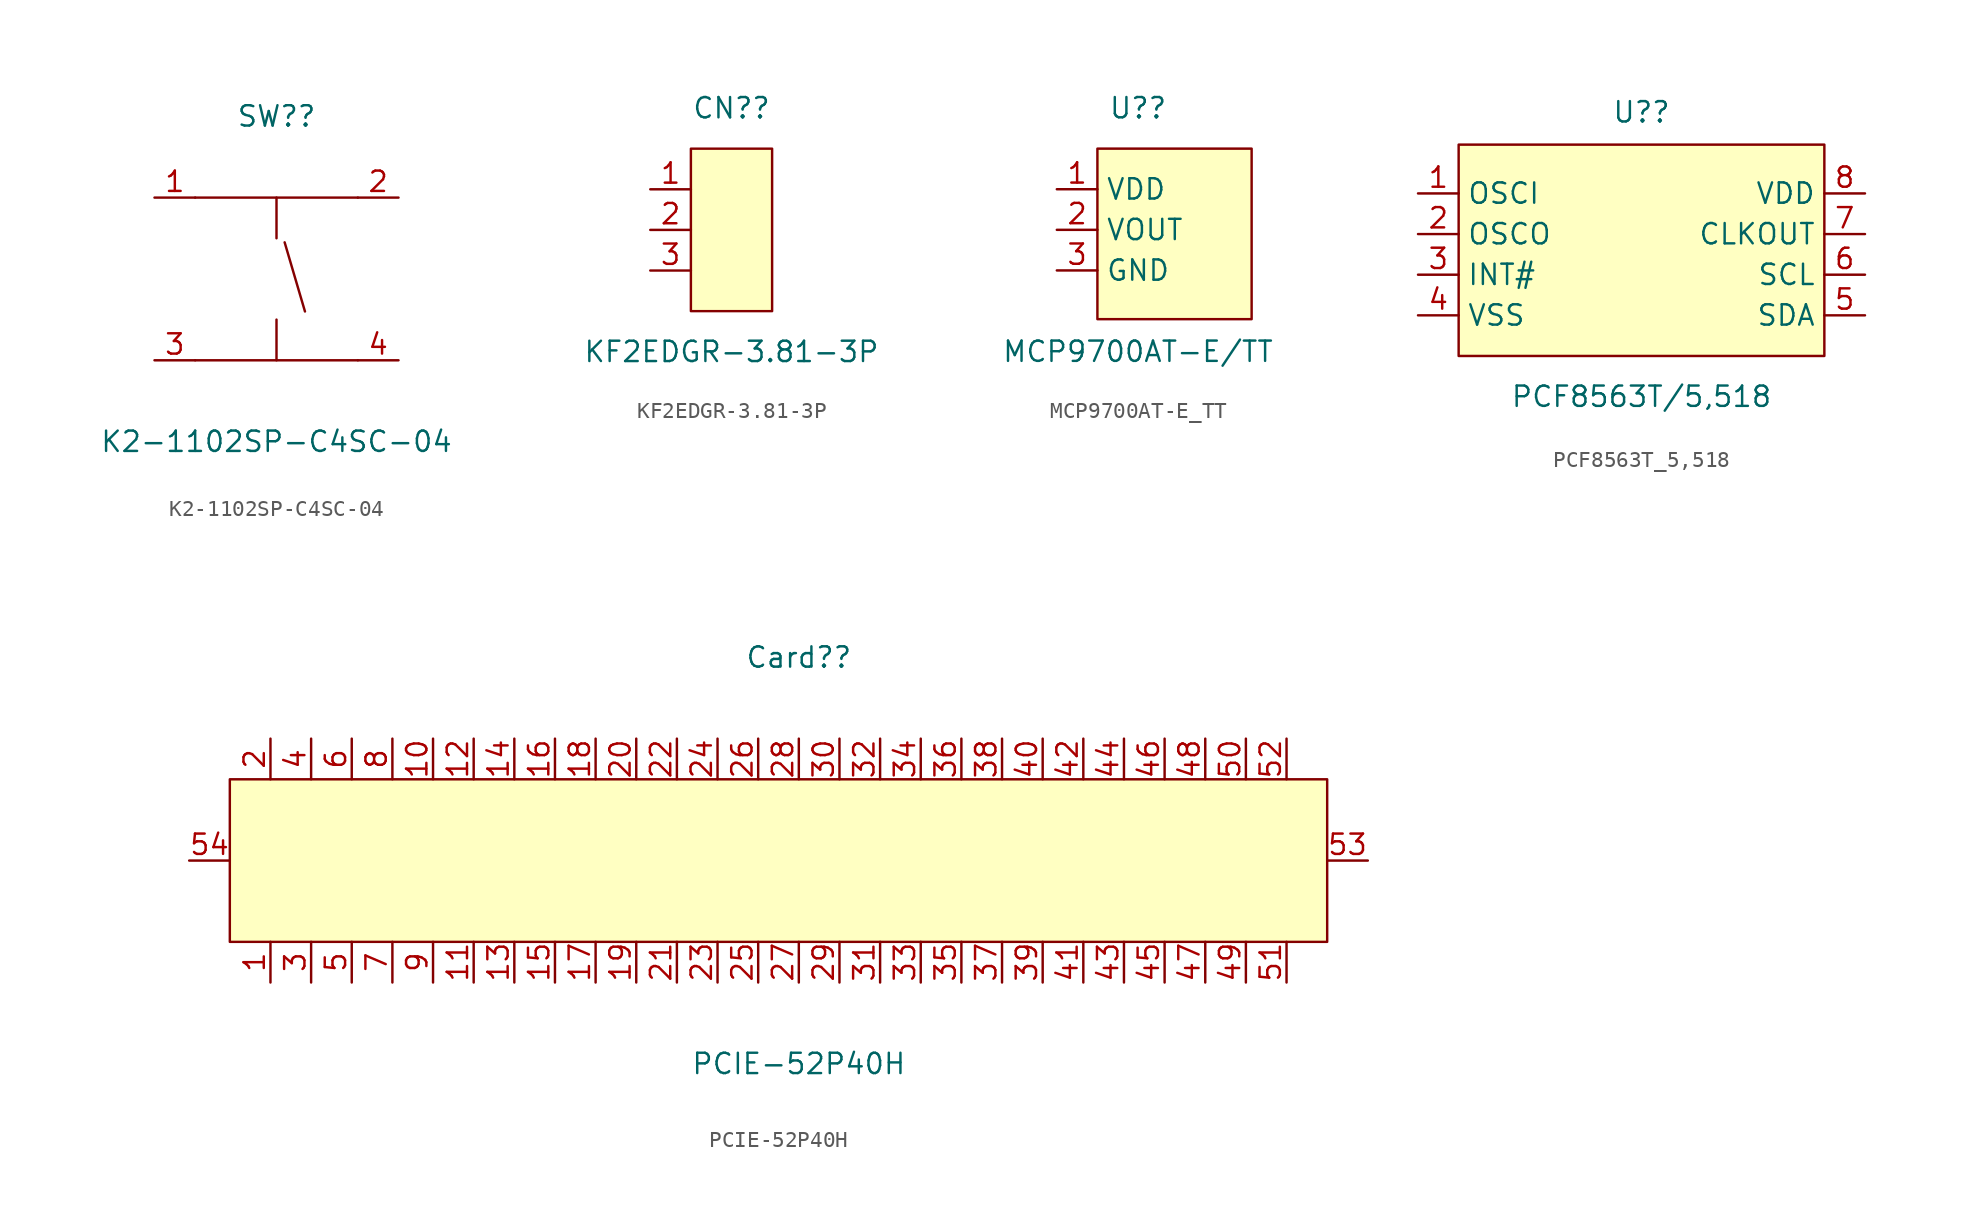
<source format=kicad_sym>
(kicad_symbol_lib
  (version 20211014)
  (generator kicad_symbol_editor)
  (symbol "K2-1102SP-C4SC-04"
    (pin_names hide)
    (property "Reference" "SW?"
      (at 0 10.16 0)
      (effects (font (size 1.27 1.27))))
    (property "Value" "K2-1102SP-C4SC-04"
      (at 0 -10.16 0)
      (effects (font (size 1.27 1.27))))
    (symbol "K2-1102SP-C4SC-04_0_1"
      (polyline (pts (xy -5.08 -5.08) (xy 5.08 -5.08)) (stroke (width 0) (type default) (color 0 0 0 0)) (fill (type none)))
      (polyline (pts (xy -5.08 5.08) (xy 5.08 5.08)) (stroke (width 0) (type default) (color 0 0 0 0)) (fill (type none)))
      (polyline (pts (xy 0 -5.08) (xy 0 -2.54)) (stroke (width 0) (type default) (color 0 0 0 0)) (fill (type none)))
      (polyline (pts (xy 0 5.08) (xy 0 2.54)) (stroke (width 0) (type default) (color 0 0 0 0)) (fill (type none)))
      (polyline (pts (xy 0.508 2.286) (xy 1.778 -2.032)) (stroke (width 0) (type default) (color 0 0 0 0)) (fill (type none)))
      (pin passive line (at -7.62 5.08 0) (length 2.54) (name "1" (effects (font (size 1.27 1.27)))) (number "1" (effects (font (size 1.27 1.27)))))
      (pin passive line (at 7.62 5.08 180) (length 2.54) (name "2" (effects (font (size 1.27 1.27)))) (number "2" (effects (font (size 1.27 1.27)))))
      (pin passive line (at -7.62 -5.08 0) (length 2.54) (name "3" (effects (font (size 1.27 1.27)))) (number "3" (effects (font (size 1.27 1.27)))))
      (pin passive line (at 7.62 -5.08 180) (length 2.54) (name "4" (effects (font (size 1.27 1.27)))) (number "4" (effects (font (size 1.27 1.27)))))))
  (symbol "KF2EDGR-3.81-3P"
    (pin_names hide)
    (property "Reference" "CN?"
      (at 0 7.62 0)
      (effects (font (size 1.27 1.27))))
    (property "Value" "KF2EDGR-3.81-3P"
      (at 0 -7.62 0)
      (effects (font (size 1.27 1.27))))
    (symbol "KF2EDGR-3.81-3P_0_1"
      (rectangle (start -2.54 5.08) (end 2.54 -5.08) (stroke (width 0) (type default) (color 0 0 0 0)) (fill (type background)))
      (pin passive line (at -5.08 2.54 0) (length 2.54) (name "1" (effects (font (size 1.27 1.27)))) (number "1" (effects (font (size 1.27 1.27)))))
      (pin passive line (at -5.08 0 0) (length 2.54) (name "2" (effects (font (size 1.27 1.27)))) (number "2" (effects (font (size 1.27 1.27)))))
      (pin passive line (at -5.08 -2.54 0) (length 2.54) (name "3" (effects (font (size 1.27 1.27)))) (number "3" (effects (font (size 1.27 1.27)))))))
  (symbol "MCP9700AT-E_TT"
    (property "Reference" "U?"
      (at 0 7.62 0)
      (effects (font (size 1.27 1.27))))
    (property "Value" "MCP9700AT-E/TT"
      (at 0 -7.62 0)
      (effects (font (size 1.27 1.27))))
    (symbol "MCP9700AT-E_TT_0_1"
      (rectangle (start -2.54 5.08) (end 7.11 -5.59) (stroke (width 0) (type default) (color 0 0 0 0)) (fill (type background)))
      (pin passive line (at -5.08 2.54 0) (length 2.54) (name "VDD" (effects (font (size 1.27 1.27)))) (number "1" (effects (font (size 1.27 1.27)))))
      (pin passive line (at -5.08 0 0) (length 2.54) (name "VOUT" (effects (font (size 1.27 1.27)))) (number "2" (effects (font (size 1.27 1.27)))))
      (pin passive line (at -5.08 -2.54 0) (length 2.54) (name "GND" (effects (font (size 1.27 1.27)))) (number "3" (effects (font (size 1.27 1.27)))))))
  (symbol "PCF8563T_5,518"
    (property "Reference" "U?"
      (at 0 8.89 0)
      (effects (font (size 1.27 1.27))))
    (property "Value" "PCF8563T/5,518"
      (at 0 -8.89 0)
      (effects (font (size 1.27 1.27))))
    (symbol "PCF8563T_5,518_0_1"
      (rectangle (start -11.43 6.86) (end 11.43 -6.35) (stroke (width 0) (type default) (color 0 0 0 0)) (fill (type background)))
      (pin passive line (at -13.97 3.81 0) (length 2.54) (name "OSCI" (effects (font (size 1.27 1.27)))) (number "1" (effects (font (size 1.27 1.27)))))
      (pin passive line (at -13.97 1.27 0) (length 2.54) (name "OSCO" (effects (font (size 1.27 1.27)))) (number "2" (effects (font (size 1.27 1.27)))))
      (pin passive line (at -13.97 -1.27 0) (length 2.54) (name "INT#" (effects (font (size 1.27 1.27)))) (number "3" (effects (font (size 1.27 1.27)))))
      (pin passive line (at -13.97 -3.81 0) (length 2.54) (name "VSS" (effects (font (size 1.27 1.27)))) (number "4" (effects (font (size 1.27 1.27)))))
      (pin passive line (at 13.97 -3.81 180) (length 2.54) (name "SDA" (effects (font (size 1.27 1.27)))) (number "5" (effects (font (size 1.27 1.27)))))
      (pin passive line (at 13.97 -1.27 180) (length 2.54) (name "SCL" (effects (font (size 1.27 1.27)))) (number "6" (effects (font (size 1.27 1.27)))))
      (pin passive line (at 13.97 1.27 180) (length 2.54) (name "CLKOUT" (effects (font (size 1.27 1.27)))) (number "7" (effects (font (size 1.27 1.27)))))
      (pin passive line (at 13.97 3.81 180) (length 2.54) (name "VDD" (effects (font (size 1.27 1.27)))) (number "8" (effects (font (size 1.27 1.27)))))))
  (symbol "PCIE-52P40H"
    (pin_names hide)
    (property "Reference" "Card?"
      (at 0 12.7 0)
      (effects (font (size 1.27 1.27))))
    (property "Value" "PCIE-52P40H"
      (at 0 -12.7 0)
      (effects (font (size 1.27 1.27))))
    (symbol "PCIE-52P40H_0_1"
      (rectangle (start -35.56 5.08) (end 33.02 -5.08) (stroke (width 0) (type default) (color 0 0 0 0)) (fill (type background)))
      (pin passive line (at -33.02 -7.62 90) (length 2.54) (name "1" (effects (font (size 1.27 1.27)))) (number "1" (effects (font (size 1.27 1.27)))))
      (pin passive line (at -22.86 7.62 270) (length 2.54) (name "10" (effects (font (size 1.27 1.27)))) (number "10" (effects (font (size 1.27 1.27)))))
      (pin passive line (at -20.32 -7.62 90) (length 2.54) (name "11" (effects (font (size 1.27 1.27)))) (number "11" (effects (font (size 1.27 1.27)))))
      (pin passive line (at -20.32 7.62 270) (length 2.54) (name "12" (effects (font (size 1.27 1.27)))) (number "12" (effects (font (size 1.27 1.27)))))
      (pin passive line (at -17.78 -7.62 90) (length 2.54) (name "13" (effects (font (size 1.27 1.27)))) (number "13" (effects (font (size 1.27 1.27)))))
      (pin passive line (at -17.78 7.62 270) (length 2.54) (name "14" (effects (font (size 1.27 1.27)))) (number "14" (effects (font (size 1.27 1.27)))))
      (pin passive line (at -15.24 -7.62 90) (length 2.54) (name "15" (effects (font (size 1.27 1.27)))) (number "15" (effects (font (size 1.27 1.27)))))
      (pin passive line (at -15.24 7.62 270) (length 2.54) (name "16" (effects (font (size 1.27 1.27)))) (number "16" (effects (font (size 1.27 1.27)))))
      (pin passive line (at -12.7 -7.62 90) (length 2.54) (name "17" (effects (font (size 1.27 1.27)))) (number "17" (effects (font (size 1.27 1.27)))))
      (pin passive line (at -12.7 7.62 270) (length 2.54) (name "18" (effects (font (size 1.27 1.27)))) (number "18" (effects (font (size 1.27 1.27)))))
      (pin passive line (at -10.16 -7.62 90) (length 2.54) (name "19" (effects (font (size 1.27 1.27)))) (number "19" (effects (font (size 1.27 1.27)))))
      (pin passive line (at -33.02 7.62 270) (length 2.54) (name "2" (effects (font (size 1.27 1.27)))) (number "2" (effects (font (size 1.27 1.27)))))
      (pin passive line (at -10.16 7.62 270) (length 2.54) (name "20" (effects (font (size 1.27 1.27)))) (number "20" (effects (font (size 1.27 1.27)))))
      (pin passive line (at -7.62 -7.62 90) (length 2.54) (name "21" (effects (font (size 1.27 1.27)))) (number "21" (effects (font (size 1.27 1.27)))))
      (pin passive line (at -7.62 7.62 270) (length 2.54) (name "22" (effects (font (size 1.27 1.27)))) (number "22" (effects (font (size 1.27 1.27)))))
      (pin passive line (at -5.08 -7.62 90) (length 2.54) (name "23" (effects (font (size 1.27 1.27)))) (number "23" (effects (font (size 1.27 1.27)))))
      (pin passive line (at -5.08 7.62 270) (length 2.54) (name "24" (effects (font (size 1.27 1.27)))) (number "24" (effects (font (size 1.27 1.27)))))
      (pin passive line (at -2.54 -7.62 90) (length 2.54) (name "25" (effects (font (size 1.27 1.27)))) (number "25" (effects (font (size 1.27 1.27)))))
      (pin passive line (at -2.54 7.62 270) (length 2.54) (name "26" (effects (font (size 1.27 1.27)))) (number "26" (effects (font (size 1.27 1.27)))))
      (pin passive line (at 0 -7.62 90) (length 2.54) (name "27" (effects (font (size 1.27 1.27)))) (number "27" (effects (font (size 1.27 1.27)))))
      (pin passive line (at 0 7.62 270) (length 2.54) (name "28" (effects (font (size 1.27 1.27)))) (number "28" (effects (font (size 1.27 1.27)))))
      (pin passive line (at 2.54 -7.62 90) (length 2.54) (name "29" (effects (font (size 1.27 1.27)))) (number "29" (effects (font (size 1.27 1.27)))))
      (pin passive line (at -30.48 -7.62 90) (length 2.54) (name "3" (effects (font (size 1.27 1.27)))) (number "3" (effects (font (size 1.27 1.27)))))
      (pin passive line (at 2.54 7.62 270) (length 2.54) (name "30" (effects (font (size 1.27 1.27)))) (number "30" (effects (font (size 1.27 1.27)))))
      (pin passive line (at 5.08 -7.62 90) (length 2.54) (name "31" (effects (font (size 1.27 1.27)))) (number "31" (effects (font (size 1.27 1.27)))))
      (pin passive line (at 5.08 7.62 270) (length 2.54) (name "32" (effects (font (size 1.27 1.27)))) (number "32" (effects (font (size 1.27 1.27)))))
      (pin passive line (at 7.62 -7.62 90) (length 2.54) (name "33" (effects (font (size 1.27 1.27)))) (number "33" (effects (font (size 1.27 1.27)))))
      (pin passive line (at 7.62 7.62 270) (length 2.54) (name "34" (effects (font (size 1.27 1.27)))) (number "34" (effects (font (size 1.27 1.27)))))
      (pin passive line (at 10.16 -7.62 90) (length 2.54) (name "35" (effects (font (size 1.27 1.27)))) (number "35" (effects (font (size 1.27 1.27)))))
      (pin passive line (at 10.16 7.62 270) (length 2.54) (name "36" (effects (font (size 1.27 1.27)))) (number "36" (effects (font (size 1.27 1.27)))))
      (pin passive line (at 12.7 -7.62 90) (length 2.54) (name "37" (effects (font (size 1.27 1.27)))) (number "37" (effects (font (size 1.27 1.27)))))
      (pin passive line (at 12.7 7.62 270) (length 2.54) (name "38" (effects (font (size 1.27 1.27)))) (number "38" (effects (font (size 1.27 1.27)))))
      (pin passive line (at 15.24 -7.62 90) (length 2.54) (name "39" (effects (font (size 1.27 1.27)))) (number "39" (effects (font (size 1.27 1.27)))))
      (pin passive line (at -30.48 7.62 270) (length 2.54) (name "4" (effects (font (size 1.27 1.27)))) (number "4" (effects (font (size 1.27 1.27)))))
      (pin passive line (at 15.24 7.62 270) (length 2.54) (name "40" (effects (font (size 1.27 1.27)))) (number "40" (effects (font (size 1.27 1.27)))))
      (pin passive line (at 17.78 -7.62 90) (length 2.54) (name "41" (effects (font (size 1.27 1.27)))) (number "41" (effects (font (size 1.27 1.27)))))
      (pin passive line (at 17.78 7.62 270) (length 2.54) (name "42" (effects (font (size 1.27 1.27)))) (number "42" (effects (font (size 1.27 1.27)))))
      (pin passive line (at 20.32 -7.62 90) (length 2.54) (name "43" (effects (font (size 1.27 1.27)))) (number "43" (effects (font (size 1.27 1.27)))))
      (pin passive line (at 20.32 7.62 270) (length 2.54) (name "44" (effects (font (size 1.27 1.27)))) (number "44" (effects (font (size 1.27 1.27)))))
      (pin passive line (at 22.86 -7.62 90) (length 2.54) (name "45" (effects (font (size 1.27 1.27)))) (number "45" (effects (font (size 1.27 1.27)))))
      (pin passive line (at 22.86 7.62 270) (length 2.54) (name "46" (effects (font (size 1.27 1.27)))) (number "46" (effects (font (size 1.27 1.27)))))
      (pin passive line (at 25.4 -7.62 90) (length 2.54) (name "47" (effects (font (size 1.27 1.27)))) (number "47" (effects (font (size 1.27 1.27)))))
      (pin passive line (at 25.4 7.62 270) (length 2.54) (name "48" (effects (font (size 1.27 1.27)))) (number "48" (effects (font (size 1.27 1.27)))))
      (pin passive line (at 27.94 -7.62 90) (length 2.54) (name "49" (effects (font (size 1.27 1.27)))) (number "49" (effects (font (size 1.27 1.27)))))
      (pin passive line (at -27.94 -7.62 90) (length 2.54) (name "5" (effects (font (size 1.27 1.27)))) (number "5" (effects (font (size 1.27 1.27)))))
      (pin passive line (at 27.94 7.62 270) (length 2.54) (name "50" (effects (font (size 1.27 1.27)))) (number "50" (effects (font (size 1.27 1.27)))))
      (pin passive line (at 30.48 -7.62 90) (length 2.54) (name "51" (effects (font (size 1.27 1.27)))) (number "51" (effects (font (size 1.27 1.27)))))
      (pin passive line (at 30.48 7.62 270) (length 2.54) (name "52" (effects (font (size 1.27 1.27)))) (number "52" (effects (font (size 1.27 1.27)))))
      (pin passive line (at 35.56 0 180) (length 2.54) (name "53" (effects (font (size 1.27 1.27)))) (number "53" (effects (font (size 1.27 1.27)))))
      (pin passive line (at -38.1 0 0) (length 2.54) (name "54" (effects (font (size 1.27 1.27)))) (number "54" (effects (font (size 1.27 1.27)))))
      (pin passive line (at -27.94 7.62 270) (length 2.54) (name "6" (effects (font (size 1.27 1.27)))) (number "6" (effects (font (size 1.27 1.27)))))
      (pin passive line (at -25.4 -7.62 90) (length 2.54) (name "7" (effects (font (size 1.27 1.27)))) (number "7" (effects (font (size 1.27 1.27)))))
      (pin passive line (at -25.4 7.62 270) (length 2.54) (name "8" (effects (font (size 1.27 1.27)))) (number "8" (effects (font (size 1.27 1.27)))))
      (pin passive line (at -22.86 -7.62 90) (length 2.54) (name "9" (effects (font (size 1.27 1.27)))) (number "9" (effects (font (size 1.27 1.27))))))))
</source>
